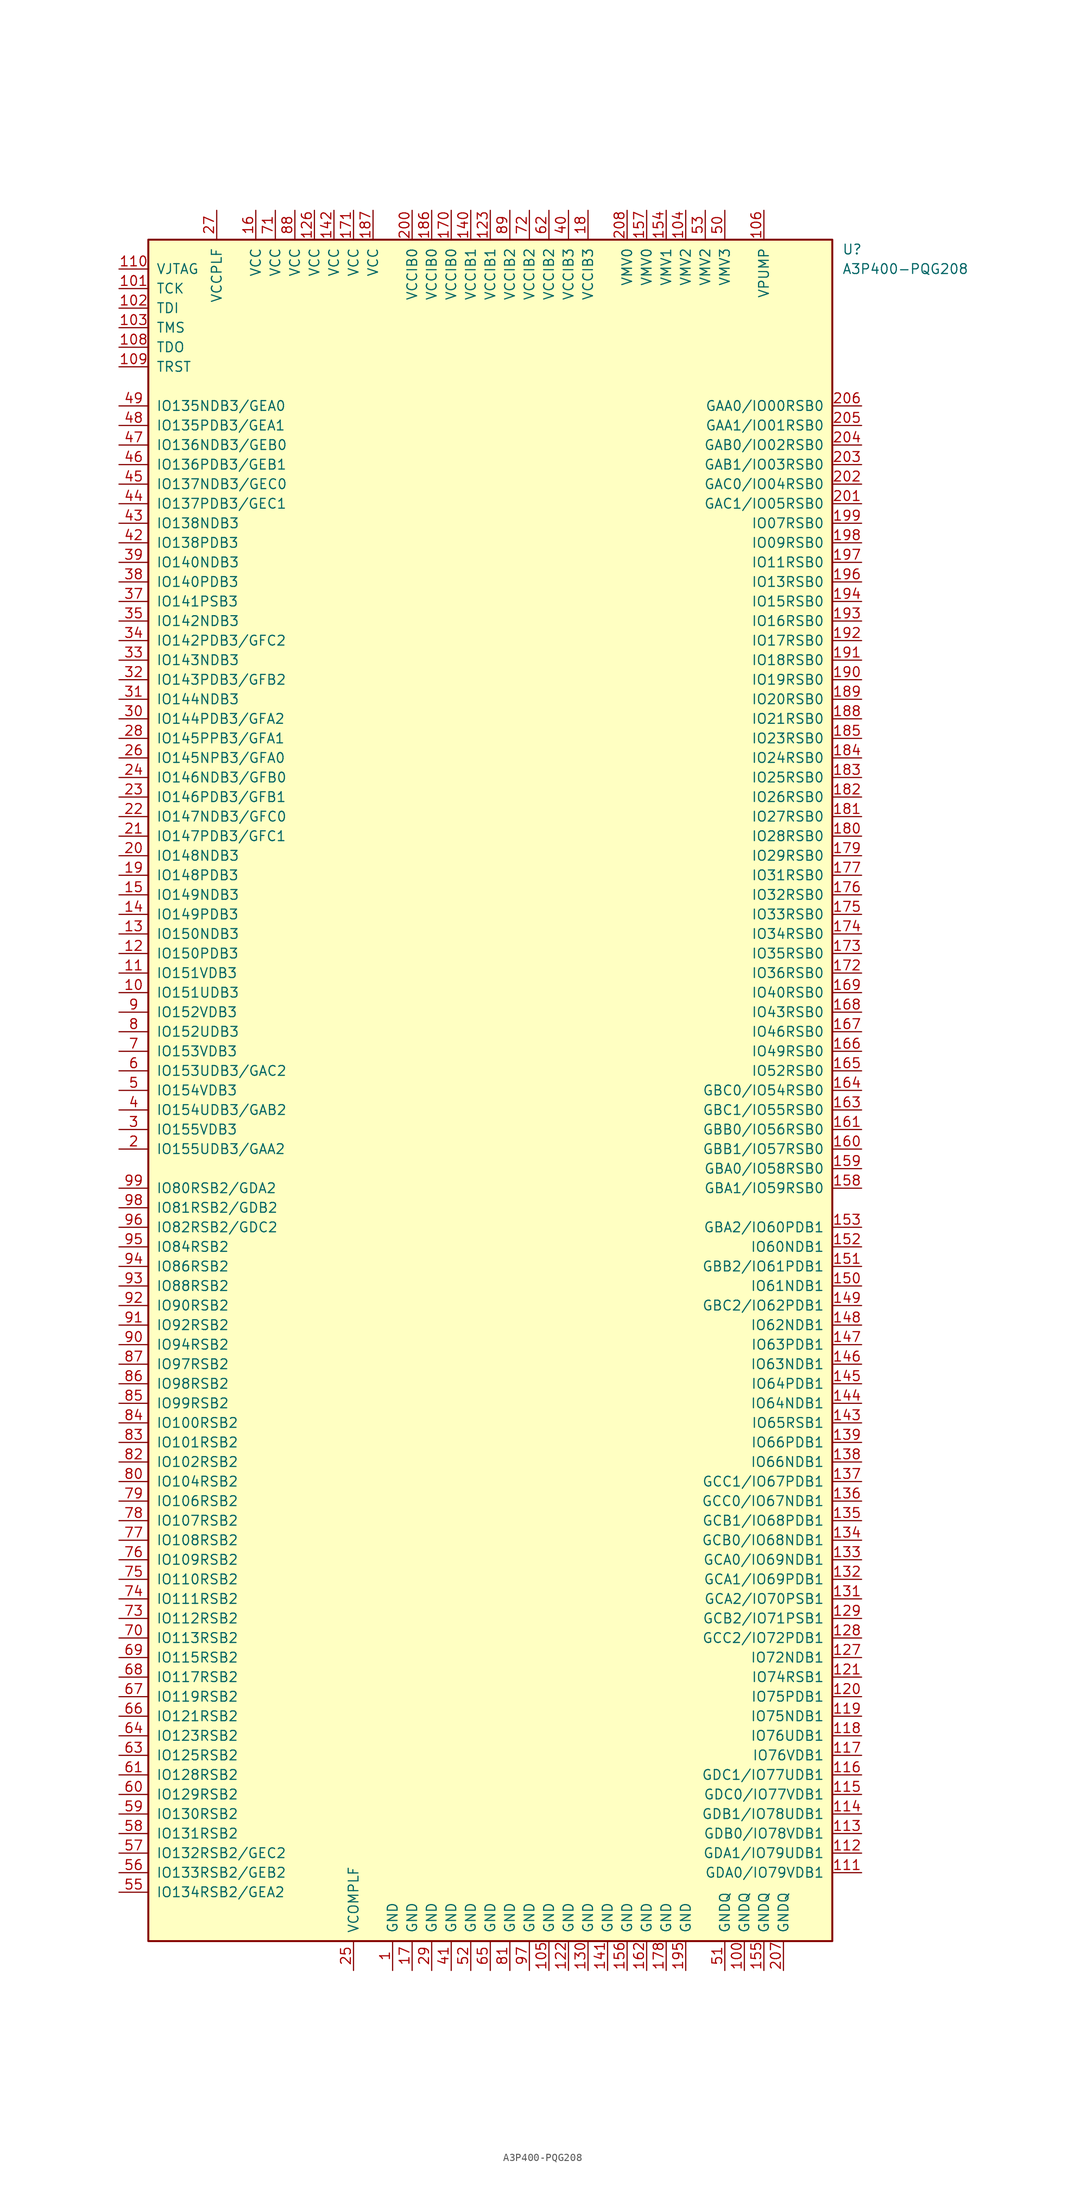
<source format=kicad_sym>
(kicad_symbol_lib
  (version 20201005)
  (generator kicad_symbol_editor)
  (symbol "FPGA_Microsemi:A3P400-PQG208"
    (pin_names
      (offset 1.016))
    (property "Reference" "U"
      (at 45.72 109.22 0)
      (effects (font (size 1.27 1.27)) (justify left)))
    (property "Value" "A3P400-PQG208"
      (at 45.72 106.68 0)
      (effects (font (size 1.27 1.27)) (justify left)))
    (symbol "A3P400-PQG208_1_0"
      (rectangle (start -44.45 -110.49) (end 44.45 110.49) (stroke (width 0.254)) (fill (type background))))
    (symbol "A3P400-PQG208_1_1"
      (pin power_in line (at -12.7 -114.3 90) (length 3.81) (name "GND" (effects (font (size 1.27 1.27)))) (number "1" (effects (font (size 1.27 1.27)))))
      (pin bidirectional line (at -48.26 12.7 0) (length 3.81) (name "IO151UDB3" (effects (font (size 1.27 1.27)))) (number "10" (effects (font (size 1.27 1.27)))))
      (pin power_in line (at 33.02 -114.3 90) (length 3.81) (name "GNDQ" (effects (font (size 1.27 1.27)))) (number "100" (effects (font (size 1.27 1.27)))))
      (pin bidirectional line (at -48.26 104.14 0) (length 3.81) (name "TCK" (effects (font (size 1.27 1.27)))) (number "101" (effects (font (size 1.27 1.27)))))
      (pin bidirectional line (at -48.26 101.6 0) (length 3.81) (name "TDI" (effects (font (size 1.27 1.27)))) (number "102" (effects (font (size 1.27 1.27)))))
      (pin bidirectional line (at -48.26 99.06 0) (length 3.81) (name "TMS" (effects (font (size 1.27 1.27)))) (number "103" (effects (font (size 1.27 1.27)))))
      (pin power_in line (at 25.4 114.3 270) (length 3.81) (name "VMV2" (effects (font (size 1.27 1.27)))) (number "104" (effects (font (size 1.27 1.27)))))
      (pin power_in line (at 7.62 -114.3 90) (length 3.81) (name "GND" (effects (font (size 1.27 1.27)))) (number "105" (effects (font (size 1.27 1.27)))))
      (pin power_in line (at 35.56 114.3 270) (length 3.81) (name "VPUMP" (effects (font (size 1.27 1.27)))) (number "106" (effects (font (size 1.27 1.27)))))
      (pin bidirectional line (at -48.26 96.52 0) (length 3.81) (name "TDO" (effects (font (size 1.27 1.27)))) (number "108" (effects (font (size 1.27 1.27)))))
      (pin bidirectional line (at -48.26 93.98 0) (length 3.81) (name "TRST" (effects (font (size 1.27 1.27)))) (number "109" (effects (font (size 1.27 1.27)))))
      (pin bidirectional line (at -48.26 15.24 0) (length 3.81) (name "IO151VDB3" (effects (font (size 1.27 1.27)))) (number "11" (effects (font (size 1.27 1.27)))))
      (pin power_in line (at -48.26 106.68 0) (length 3.81) (name "VJTAG" (effects (font (size 1.27 1.27)))) (number "110" (effects (font (size 1.27 1.27)))))
      (pin bidirectional line (at 48.26 -101.6 180) (length 3.81) (name "GDA0/IO79VDB1" (effects (font (size 1.27 1.27)))) (number "111" (effects (font (size 1.27 1.27)))))
      (pin bidirectional line (at 48.26 -99.06 180) (length 3.81) (name "GDA1/IO79UDB1" (effects (font (size 1.27 1.27)))) (number "112" (effects (font (size 1.27 1.27)))))
      (pin bidirectional line (at 48.26 -96.52 180) (length 3.81) (name "GDB0/IO78VDB1" (effects (font (size 1.27 1.27)))) (number "113" (effects (font (size 1.27 1.27)))))
      (pin bidirectional line (at 48.26 -93.98 180) (length 3.81) (name "GDB1/IO78UDB1" (effects (font (size 1.27 1.27)))) (number "114" (effects (font (size 1.27 1.27)))))
      (pin bidirectional line (at 48.26 -91.44 180) (length 3.81) (name "GDC0/IO77VDB1" (effects (font (size 1.27 1.27)))) (number "115" (effects (font (size 1.27 1.27)))))
      (pin bidirectional line (at 48.26 -88.9 180) (length 3.81) (name "GDC1/IO77UDB1" (effects (font (size 1.27 1.27)))) (number "116" (effects (font (size 1.27 1.27)))))
      (pin bidirectional line (at 48.26 -86.36 180) (length 3.81) (name "IO76VDB1" (effects (font (size 1.27 1.27)))) (number "117" (effects (font (size 1.27 1.27)))))
      (pin bidirectional line (at 48.26 -83.82 180) (length 3.81) (name "IO76UDB1" (effects (font (size 1.27 1.27)))) (number "118" (effects (font (size 1.27 1.27)))))
      (pin bidirectional line (at 48.26 -81.28 180) (length 3.81) (name "IO75NDB1" (effects (font (size 1.27 1.27)))) (number "119" (effects (font (size 1.27 1.27)))))
      (pin bidirectional line (at -48.26 17.78 0) (length 3.81) (name "IO150PDB3" (effects (font (size 1.27 1.27)))) (number "12" (effects (font (size 1.27 1.27)))))
      (pin bidirectional line (at 48.26 -78.74 180) (length 3.81) (name "IO75PDB1" (effects (font (size 1.27 1.27)))) (number "120" (effects (font (size 1.27 1.27)))))
      (pin bidirectional line (at 48.26 -76.2 180) (length 3.81) (name "IO74RSB1" (effects (font (size 1.27 1.27)))) (number "121" (effects (font (size 1.27 1.27)))))
      (pin power_in line (at 10.16 -114.3 90) (length 3.81) (name "GND" (effects (font (size 1.27 1.27)))) (number "122" (effects (font (size 1.27 1.27)))))
      (pin power_in line (at 0 114.3 270) (length 3.81) (name "VCCIB1" (effects (font (size 1.27 1.27)))) (number "123" (effects (font (size 1.27 1.27)))))
      (pin power_in line (at -22.86 114.3 270) (length 3.81) (name "VCC" (effects (font (size 1.27 1.27)))) (number "126" (effects (font (size 1.27 1.27)))))
      (pin bidirectional line (at 48.26 -73.66 180) (length 3.81) (name "IO72NDB1" (effects (font (size 1.27 1.27)))) (number "127" (effects (font (size 1.27 1.27)))))
      (pin bidirectional line (at 48.26 -71.12 180) (length 3.81) (name "GCC2/IO72PDB1" (effects (font (size 1.27 1.27)))) (number "128" (effects (font (size 1.27 1.27)))))
      (pin bidirectional line (at 48.26 -68.58 180) (length 3.81) (name "GCB2/IO71PSB1" (effects (font (size 1.27 1.27)))) (number "129" (effects (font (size 1.27 1.27)))))
      (pin bidirectional line (at -48.26 20.32 0) (length 3.81) (name "IO150NDB3" (effects (font (size 1.27 1.27)))) (number "13" (effects (font (size 1.27 1.27)))))
      (pin power_in line (at 12.7 -114.3 90) (length 3.81) (name "GND" (effects (font (size 1.27 1.27)))) (number "130" (effects (font (size 1.27 1.27)))))
      (pin bidirectional line (at 48.26 -66.04 180) (length 3.81) (name "GCA2/IO70PSB1" (effects (font (size 1.27 1.27)))) (number "131" (effects (font (size 1.27 1.27)))))
      (pin bidirectional line (at 48.26 -63.5 180) (length 3.81) (name "GCA1/IO69PDB1" (effects (font (size 1.27 1.27)))) (number "132" (effects (font (size 1.27 1.27)))))
      (pin bidirectional line (at 48.26 -60.96 180) (length 3.81) (name "GCA0/IO69NDB1" (effects (font (size 1.27 1.27)))) (number "133" (effects (font (size 1.27 1.27)))))
      (pin bidirectional line (at 48.26 -58.42 180) (length 3.81) (name "GCB0/IO68NDB1" (effects (font (size 1.27 1.27)))) (number "134" (effects (font (size 1.27 1.27)))))
      (pin bidirectional line (at 48.26 -55.88 180) (length 3.81) (name "GCB1/IO68PDB1" (effects (font (size 1.27 1.27)))) (number "135" (effects (font (size 1.27 1.27)))))
      (pin bidirectional line (at 48.26 -53.34 180) (length 3.81) (name "GCC0/IO67NDB1" (effects (font (size 1.27 1.27)))) (number "136" (effects (font (size 1.27 1.27)))))
      (pin bidirectional line (at 48.26 -50.8 180) (length 3.81) (name "GCC1/IO67PDB1" (effects (font (size 1.27 1.27)))) (number "137" (effects (font (size 1.27 1.27)))))
      (pin bidirectional line (at 48.26 -48.26 180) (length 3.81) (name "IO66NDB1" (effects (font (size 1.27 1.27)))) (number "138" (effects (font (size 1.27 1.27)))))
      (pin bidirectional line (at 48.26 -45.72 180) (length 3.81) (name "IO66PDB1" (effects (font (size 1.27 1.27)))) (number "139" (effects (font (size 1.27 1.27)))))
      (pin bidirectional line (at -48.26 22.86 0) (length 3.81) (name "IO149PDB3" (effects (font (size 1.27 1.27)))) (number "14" (effects (font (size 1.27 1.27)))))
      (pin power_in line (at -2.54 114.3 270) (length 3.81) (name "VCCIB1" (effects (font (size 1.27 1.27)))) (number "140" (effects (font (size 1.27 1.27)))))
      (pin power_in line (at 15.24 -114.3 90) (length 3.81) (name "GND" (effects (font (size 1.27 1.27)))) (number "141" (effects (font (size 1.27 1.27)))))
      (pin power_in line (at -20.32 114.3 270) (length 3.81) (name "VCC" (effects (font (size 1.27 1.27)))) (number "142" (effects (font (size 1.27 1.27)))))
      (pin bidirectional line (at 48.26 -43.18 180) (length 3.81) (name "IO65RSB1" (effects (font (size 1.27 1.27)))) (number "143" (effects (font (size 1.27 1.27)))))
      (pin bidirectional line (at 48.26 -40.64 180) (length 3.81) (name "IO64NDB1" (effects (font (size 1.27 1.27)))) (number "144" (effects (font (size 1.27 1.27)))))
      (pin bidirectional line (at 48.26 -38.1 180) (length 3.81) (name "IO64PDB1" (effects (font (size 1.27 1.27)))) (number "145" (effects (font (size 1.27 1.27)))))
      (pin bidirectional line (at 48.26 -35.56 180) (length 3.81) (name "IO63NDB1" (effects (font (size 1.27 1.27)))) (number "146" (effects (font (size 1.27 1.27)))))
      (pin bidirectional line (at 48.26 -33.02 180) (length 3.81) (name "IO63PDB1" (effects (font (size 1.27 1.27)))) (number "147" (effects (font (size 1.27 1.27)))))
      (pin bidirectional line (at 48.26 -30.48 180) (length 3.81) (name "IO62NDB1" (effects (font (size 1.27 1.27)))) (number "148" (effects (font (size 1.27 1.27)))))
      (pin bidirectional line (at 48.26 -27.94 180) (length 3.81) (name "GBC2/IO62PDB1" (effects (font (size 1.27 1.27)))) (number "149" (effects (font (size 1.27 1.27)))))
      (pin bidirectional line (at -48.26 25.4 0) (length 3.81) (name "IO149NDB3" (effects (font (size 1.27 1.27)))) (number "15" (effects (font (size 1.27 1.27)))))
      (pin bidirectional line (at 48.26 -25.4 180) (length 3.81) (name "IO61NDB1" (effects (font (size 1.27 1.27)))) (number "150" (effects (font (size 1.27 1.27)))))
      (pin bidirectional line (at 48.26 -22.86 180) (length 3.81) (name "GBB2/IO61PDB1" (effects (font (size 1.27 1.27)))) (number "151" (effects (font (size 1.27 1.27)))))
      (pin bidirectional line (at 48.26 -20.32 180) (length 3.81) (name "IO60NDB1" (effects (font (size 1.27 1.27)))) (number "152" (effects (font (size 1.27 1.27)))))
      (pin bidirectional line (at 48.26 -17.78 180) (length 3.81) (name "GBA2/IO60PDB1" (effects (font (size 1.27 1.27)))) (number "153" (effects (font (size 1.27 1.27)))))
      (pin power_in line (at 22.86 114.3 270) (length 3.81) (name "VMV1" (effects (font (size 1.27 1.27)))) (number "154" (effects (font (size 1.27 1.27)))))
      (pin power_in line (at 35.56 -114.3 90) (length 3.81) (name "GNDQ" (effects (font (size 1.27 1.27)))) (number "155" (effects (font (size 1.27 1.27)))))
      (pin power_in line (at 17.78 -114.3 90) (length 3.81) (name "GND" (effects (font (size 1.27 1.27)))) (number "156" (effects (font (size 1.27 1.27)))))
      (pin power_in line (at 20.32 114.3 270) (length 3.81) (name "VMV0" (effects (font (size 1.27 1.27)))) (number "157" (effects (font (size 1.27 1.27)))))
      (pin bidirectional line (at 48.26 -12.7 180) (length 3.81) (name "GBA1/IO59RSB0" (effects (font (size 1.27 1.27)))) (number "158" (effects (font (size 1.27 1.27)))))
      (pin bidirectional line (at 48.26 -10.16 180) (length 3.81) (name "GBA0/IO58RSB0" (effects (font (size 1.27 1.27)))) (number "159" (effects (font (size 1.27 1.27)))))
      (pin power_in line (at -30.48 114.3 270) (length 3.81) (name "VCC" (effects (font (size 1.27 1.27)))) (number "16" (effects (font (size 1.27 1.27)))))
      (pin bidirectional line (at 48.26 -7.62 180) (length 3.81) (name "GBB1/IO57RSB0" (effects (font (size 1.27 1.27)))) (number "160" (effects (font (size 1.27 1.27)))))
      (pin bidirectional line (at 48.26 -5.08 180) (length 3.81) (name "GBB0/IO56RSB0" (effects (font (size 1.27 1.27)))) (number "161" (effects (font (size 1.27 1.27)))))
      (pin power_in line (at 20.32 -114.3 90) (length 3.81) (name "GND" (effects (font (size 1.27 1.27)))) (number "162" (effects (font (size 1.27 1.27)))))
      (pin bidirectional line (at 48.26 -2.54 180) (length 3.81) (name "GBC1/IO55RSB0" (effects (font (size 1.27 1.27)))) (number "163" (effects (font (size 1.27 1.27)))))
      (pin bidirectional line (at 48.26 0 180) (length 3.81) (name "GBC0/IO54RSB0" (effects (font (size 1.27 1.27)))) (number "164" (effects (font (size 1.27 1.27)))))
      (pin bidirectional line (at 48.26 2.54 180) (length 3.81) (name "IO52RSB0" (effects (font (size 1.27 1.27)))) (number "165" (effects (font (size 1.27 1.27)))))
      (pin bidirectional line (at 48.26 5.08 180) (length 3.81) (name "IO49RSB0" (effects (font (size 1.27 1.27)))) (number "166" (effects (font (size 1.27 1.27)))))
      (pin bidirectional line (at 48.26 7.62 180) (length 3.81) (name "IO46RSB0" (effects (font (size 1.27 1.27)))) (number "167" (effects (font (size 1.27 1.27)))))
      (pin bidirectional line (at 48.26 10.16 180) (length 3.81) (name "IO43RSB0" (effects (font (size 1.27 1.27)))) (number "168" (effects (font (size 1.27 1.27)))))
      (pin bidirectional line (at 48.26 12.7 180) (length 3.81) (name "IO40RSB0" (effects (font (size 1.27 1.27)))) (number "169" (effects (font (size 1.27 1.27)))))
      (pin power_in line (at -10.16 -114.3 90) (length 3.81) (name "GND" (effects (font (size 1.27 1.27)))) (number "17" (effects (font (size 1.27 1.27)))))
      (pin power_in line (at -5.08 114.3 270) (length 3.81) (name "VCCIB0" (effects (font (size 1.27 1.27)))) (number "170" (effects (font (size 1.27 1.27)))))
      (pin power_in line (at -17.78 114.3 270) (length 3.81) (name "VCC" (effects (font (size 1.27 1.27)))) (number "171" (effects (font (size 1.27 1.27)))))
      (pin bidirectional line (at 48.26 15.24 180) (length 3.81) (name "IO36RSB0" (effects (font (size 1.27 1.27)))) (number "172" (effects (font (size 1.27 1.27)))))
      (pin bidirectional line (at 48.26 17.78 180) (length 3.81) (name "IO35RSB0" (effects (font (size 1.27 1.27)))) (number "173" (effects (font (size 1.27 1.27)))))
      (pin bidirectional line (at 48.26 20.32 180) (length 3.81) (name "IO34RSB0" (effects (font (size 1.27 1.27)))) (number "174" (effects (font (size 1.27 1.27)))))
      (pin bidirectional line (at 48.26 22.86 180) (length 3.81) (name "IO33RSB0" (effects (font (size 1.27 1.27)))) (number "175" (effects (font (size 1.27 1.27)))))
      (pin bidirectional line (at 48.26 25.4 180) (length 3.81) (name "IO32RSB0" (effects (font (size 1.27 1.27)))) (number "176" (effects (font (size 1.27 1.27)))))
      (pin bidirectional line (at 48.26 27.94 180) (length 3.81) (name "IO31RSB0" (effects (font (size 1.27 1.27)))) (number "177" (effects (font (size 1.27 1.27)))))
      (pin power_in line (at 22.86 -114.3 90) (length 3.81) (name "GND" (effects (font (size 1.27 1.27)))) (number "178" (effects (font (size 1.27 1.27)))))
      (pin bidirectional line (at 48.26 30.48 180) (length 3.81) (name "IO29RSB0" (effects (font (size 1.27 1.27)))) (number "179" (effects (font (size 1.27 1.27)))))
      (pin power_in line (at 12.7 114.3 270) (length 3.81) (name "VCCIB3" (effects (font (size 1.27 1.27)))) (number "18" (effects (font (size 1.27 1.27)))))
      (pin bidirectional line (at 48.26 33.02 180) (length 3.81) (name "IO28RSB0" (effects (font (size 1.27 1.27)))) (number "180" (effects (font (size 1.27 1.27)))))
      (pin bidirectional line (at 48.26 35.56 180) (length 3.81) (name "IO27RSB0" (effects (font (size 1.27 1.27)))) (number "181" (effects (font (size 1.27 1.27)))))
      (pin bidirectional line (at 48.26 38.1 180) (length 3.81) (name "IO26RSB0" (effects (font (size 1.27 1.27)))) (number "182" (effects (font (size 1.27 1.27)))))
      (pin bidirectional line (at 48.26 40.64 180) (length 3.81) (name "IO25RSB0" (effects (font (size 1.27 1.27)))) (number "183" (effects (font (size 1.27 1.27)))))
      (pin bidirectional line (at 48.26 43.18 180) (length 3.81) (name "IO24RSB0" (effects (font (size 1.27 1.27)))) (number "184" (effects (font (size 1.27 1.27)))))
      (pin bidirectional line (at 48.26 45.72 180) (length 3.81) (name "IO23RSB0" (effects (font (size 1.27 1.27)))) (number "185" (effects (font (size 1.27 1.27)))))
      (pin power_in line (at -7.62 114.3 270) (length 3.81) (name "VCCIB0" (effects (font (size 1.27 1.27)))) (number "186" (effects (font (size 1.27 1.27)))))
      (pin power_in line (at -15.24 114.3 270) (length 3.81) (name "VCC" (effects (font (size 1.27 1.27)))) (number "187" (effects (font (size 1.27 1.27)))))
      (pin bidirectional line (at 48.26 48.26 180) (length 3.81) (name "IO21RSB0" (effects (font (size 1.27 1.27)))) (number "188" (effects (font (size 1.27 1.27)))))
      (pin bidirectional line (at 48.26 50.8 180) (length 3.81) (name "IO20RSB0" (effects (font (size 1.27 1.27)))) (number "189" (effects (font (size 1.27 1.27)))))
      (pin bidirectional line (at -48.26 27.94 0) (length 3.81) (name "IO148PDB3" (effects (font (size 1.27 1.27)))) (number "19" (effects (font (size 1.27 1.27)))))
      (pin bidirectional line (at 48.26 53.34 180) (length 3.81) (name "IO19RSB0" (effects (font (size 1.27 1.27)))) (number "190" (effects (font (size 1.27 1.27)))))
      (pin bidirectional line (at 48.26 55.88 180) (length 3.81) (name "IO18RSB0" (effects (font (size 1.27 1.27)))) (number "191" (effects (font (size 1.27 1.27)))))
      (pin bidirectional line (at 48.26 58.42 180) (length 3.81) (name "IO17RSB0" (effects (font (size 1.27 1.27)))) (number "192" (effects (font (size 1.27 1.27)))))
      (pin bidirectional line (at 48.26 60.96 180) (length 3.81) (name "IO16RSB0" (effects (font (size 1.27 1.27)))) (number "193" (effects (font (size 1.27 1.27)))))
      (pin bidirectional line (at 48.26 63.5 180) (length 3.81) (name "IO15RSB0" (effects (font (size 1.27 1.27)))) (number "194" (effects (font (size 1.27 1.27)))))
      (pin power_in line (at 25.4 -114.3 90) (length 3.81) (name "GND" (effects (font (size 1.27 1.27)))) (number "195" (effects (font (size 1.27 1.27)))))
      (pin bidirectional line (at 48.26 66.04 180) (length 3.81) (name "IO13RSB0" (effects (font (size 1.27 1.27)))) (number "196" (effects (font (size 1.27 1.27)))))
      (pin bidirectional line (at 48.26 68.58 180) (length 3.81) (name "IO11RSB0" (effects (font (size 1.27 1.27)))) (number "197" (effects (font (size 1.27 1.27)))))
      (pin bidirectional line (at 48.26 71.12 180) (length 3.81) (name "IO09RSB0" (effects (font (size 1.27 1.27)))) (number "198" (effects (font (size 1.27 1.27)))))
      (pin bidirectional line (at 48.26 73.66 180) (length 3.81) (name "IO07RSB0" (effects (font (size 1.27 1.27)))) (number "199" (effects (font (size 1.27 1.27)))))
      (pin bidirectional line (at -48.26 -7.62 0) (length 3.81) (name "IO155UDB3/GAA2" (effects (font (size 1.27 1.27)))) (number "2" (effects (font (size 1.27 1.27)))))
      (pin bidirectional line (at -48.26 30.48 0) (length 3.81) (name "IO148NDB3" (effects (font (size 1.27 1.27)))) (number "20" (effects (font (size 1.27 1.27)))))
      (pin power_in line (at -10.16 114.3 270) (length 3.81) (name "VCCIB0" (effects (font (size 1.27 1.27)))) (number "200" (effects (font (size 1.27 1.27)))))
      (pin bidirectional line (at 48.26 76.2 180) (length 3.81) (name "GAC1/IO05RSB0" (effects (font (size 1.27 1.27)))) (number "201" (effects (font (size 1.27 1.27)))))
      (pin bidirectional line (at 48.26 78.74 180) (length 3.81) (name "GAC0/IO04RSB0" (effects (font (size 1.27 1.27)))) (number "202" (effects (font (size 1.27 1.27)))))
      (pin bidirectional line (at 48.26 81.28 180) (length 3.81) (name "GAB1/IO03RSB0" (effects (font (size 1.27 1.27)))) (number "203" (effects (font (size 1.27 1.27)))))
      (pin bidirectional line (at 48.26 83.82 180) (length 3.81) (name "GAB0/IO02RSB0" (effects (font (size 1.27 1.27)))) (number "204" (effects (font (size 1.27 1.27)))))
      (pin bidirectional line (at 48.26 86.36 180) (length 3.81) (name "GAA1/IO01RSB0" (effects (font (size 1.27 1.27)))) (number "205" (effects (font (size 1.27 1.27)))))
      (pin bidirectional line (at 48.26 88.9 180) (length 3.81) (name "GAA0/IO00RSB0" (effects (font (size 1.27 1.27)))) (number "206" (effects (font (size 1.27 1.27)))))
      (pin power_in line (at 38.1 -114.3 90) (length 3.81) (name "GNDQ" (effects (font (size 1.27 1.27)))) (number "207" (effects (font (size 1.27 1.27)))))
      (pin power_in line (at 17.78 114.3 270) (length 3.81) (name "VMV0" (effects (font (size 1.27 1.27)))) (number "208" (effects (font (size 1.27 1.27)))))
      (pin bidirectional line (at -48.26 33.02 0) (length 3.81) (name "IO147PDB3/GFC1" (effects (font (size 1.27 1.27)))) (number "21" (effects (font (size 1.27 1.27)))))
      (pin bidirectional line (at -48.26 35.56 0) (length 3.81) (name "IO147NDB3/GFC0" (effects (font (size 1.27 1.27)))) (number "22" (effects (font (size 1.27 1.27)))))
      (pin bidirectional line (at -48.26 38.1 0) (length 3.81) (name "IO146PDB3/GFB1" (effects (font (size 1.27 1.27)))) (number "23" (effects (font (size 1.27 1.27)))))
      (pin bidirectional line (at -48.26 40.64 0) (length 3.81) (name "IO146NDB3/GFB0" (effects (font (size 1.27 1.27)))) (number "24" (effects (font (size 1.27 1.27)))))
      (pin power_in line (at -17.78 -114.3 90) (length 3.81) (name "VCOMPLF" (effects (font (size 1.27 1.27)))) (number "25" (effects (font (size 1.27 1.27)))))
      (pin bidirectional line (at -48.26 43.18 0) (length 3.81) (name "IO145NPB3/GFA0" (effects (font (size 1.27 1.27)))) (number "26" (effects (font (size 1.27 1.27)))))
      (pin power_in line (at -35.56 114.3 270) (length 3.81) (name "VCCPLF" (effects (font (size 1.27 1.27)))) (number "27" (effects (font (size 1.27 1.27)))))
      (pin bidirectional line (at -48.26 45.72 0) (length 3.81) (name "IO145PPB3/GFA1" (effects (font (size 1.27 1.27)))) (number "28" (effects (font (size 1.27 1.27)))))
      (pin power_in line (at -7.62 -114.3 90) (length 3.81) (name "GND" (effects (font (size 1.27 1.27)))) (number "29" (effects (font (size 1.27 1.27)))))
      (pin bidirectional line (at -48.26 -5.08 0) (length 3.81) (name "IO155VDB3" (effects (font (size 1.27 1.27)))) (number "3" (effects (font (size 1.27 1.27)))))
      (pin bidirectional line (at -48.26 48.26 0) (length 3.81) (name "IO144PDB3/GFA2" (effects (font (size 1.27 1.27)))) (number "30" (effects (font (size 1.27 1.27)))))
      (pin bidirectional line (at -48.26 50.8 0) (length 3.81) (name "IO144NDB3" (effects (font (size 1.27 1.27)))) (number "31" (effects (font (size 1.27 1.27)))))
      (pin bidirectional line (at -48.26 53.34 0) (length 3.81) (name "IO143PDB3/GFB2" (effects (font (size 1.27 1.27)))) (number "32" (effects (font (size 1.27 1.27)))))
      (pin bidirectional line (at -48.26 55.88 0) (length 3.81) (name "IO143NDB3" (effects (font (size 1.27 1.27)))) (number "33" (effects (font (size 1.27 1.27)))))
      (pin bidirectional line (at -48.26 58.42 0) (length 3.81) (name "IO142PDB3/GFC2" (effects (font (size 1.27 1.27)))) (number "34" (effects (font (size 1.27 1.27)))))
      (pin bidirectional line (at -48.26 60.96 0) (length 3.81) (name "IO142NDB3" (effects (font (size 1.27 1.27)))) (number "35" (effects (font (size 1.27 1.27)))))
      (pin bidirectional line (at -48.26 63.5 0) (length 3.81) (name "IO141PSB3" (effects (font (size 1.27 1.27)))) (number "37" (effects (font (size 1.27 1.27)))))
      (pin bidirectional line (at -48.26 66.04 0) (length 3.81) (name "IO140PDB3" (effects (font (size 1.27 1.27)))) (number "38" (effects (font (size 1.27 1.27)))))
      (pin bidirectional line (at -48.26 68.58 0) (length 3.81) (name "IO140NDB3" (effects (font (size 1.27 1.27)))) (number "39" (effects (font (size 1.27 1.27)))))
      (pin bidirectional line (at -48.26 -2.54 0) (length 3.81) (name "IO154UDB3/GAB2" (effects (font (size 1.27 1.27)))) (number "4" (effects (font (size 1.27 1.27)))))
      (pin power_in line (at 10.16 114.3 270) (length 3.81) (name "VCCIB3" (effects (font (size 1.27 1.27)))) (number "40" (effects (font (size 1.27 1.27)))))
      (pin power_in line (at -5.08 -114.3 90) (length 3.81) (name "GND" (effects (font (size 1.27 1.27)))) (number "41" (effects (font (size 1.27 1.27)))))
      (pin bidirectional line (at -48.26 71.12 0) (length 3.81) (name "IO138PDB3" (effects (font (size 1.27 1.27)))) (number "42" (effects (font (size 1.27 1.27)))))
      (pin bidirectional line (at -48.26 73.66 0) (length 3.81) (name "IO138NDB3" (effects (font (size 1.27 1.27)))) (number "43" (effects (font (size 1.27 1.27)))))
      (pin bidirectional line (at -48.26 76.2 0) (length 3.81) (name "IO137PDB3/GEC1" (effects (font (size 1.27 1.27)))) (number "44" (effects (font (size 1.27 1.27)))))
      (pin bidirectional line (at -48.26 78.74 0) (length 3.81) (name "IO137NDB3/GEC0" (effects (font (size 1.27 1.27)))) (number "45" (effects (font (size 1.27 1.27)))))
      (pin bidirectional line (at -48.26 81.28 0) (length 3.81) (name "IO136PDB3/GEB1" (effects (font (size 1.27 1.27)))) (number "46" (effects (font (size 1.27 1.27)))))
      (pin bidirectional line (at -48.26 83.82 0) (length 3.81) (name "IO136NDB3/GEB0" (effects (font (size 1.27 1.27)))) (number "47" (effects (font (size 1.27 1.27)))))
      (pin bidirectional line (at -48.26 86.36 0) (length 3.81) (name "IO135PDB3/GEA1" (effects (font (size 1.27 1.27)))) (number "48" (effects (font (size 1.27 1.27)))))
      (pin bidirectional line (at -48.26 88.9 0) (length 3.81) (name "IO135NDB3/GEA0" (effects (font (size 1.27 1.27)))) (number "49" (effects (font (size 1.27 1.27)))))
      (pin bidirectional line (at -48.26 0 0) (length 3.81) (name "IO154VDB3" (effects (font (size 1.27 1.27)))) (number "5" (effects (font (size 1.27 1.27)))))
      (pin power_in line (at 30.48 114.3 270) (length 3.81) (name "VMV3" (effects (font (size 1.27 1.27)))) (number "50" (effects (font (size 1.27 1.27)))))
      (pin power_in line (at 30.48 -114.3 90) (length 3.81) (name "GNDQ" (effects (font (size 1.27 1.27)))) (number "51" (effects (font (size 1.27 1.27)))))
      (pin power_in line (at -2.54 -114.3 90) (length 3.81) (name "GND" (effects (font (size 1.27 1.27)))) (number "52" (effects (font (size 1.27 1.27)))))
      (pin power_in line (at 27.94 114.3 270) (length 3.81) (name "VMV2" (effects (font (size 1.27 1.27)))) (number "53" (effects (font (size 1.27 1.27)))))
      (pin bidirectional line (at -48.26 -104.14 0) (length 3.81) (name "IO134RSB2/GEA2" (effects (font (size 1.27 1.27)))) (number "55" (effects (font (size 1.27 1.27)))))
      (pin bidirectional line (at -48.26 -101.6 0) (length 3.81) (name "IO133RSB2/GEB2" (effects (font (size 1.27 1.27)))) (number "56" (effects (font (size 1.27 1.27)))))
      (pin bidirectional line (at -48.26 -99.06 0) (length 3.81) (name "IO132RSB2/GEC2" (effects (font (size 1.27 1.27)))) (number "57" (effects (font (size 1.27 1.27)))))
      (pin bidirectional line (at -48.26 -96.52 0) (length 3.81) (name "IO131RSB2" (effects (font (size 1.27 1.27)))) (number "58" (effects (font (size 1.27 1.27)))))
      (pin bidirectional line (at -48.26 -93.98 0) (length 3.81) (name "IO130RSB2" (effects (font (size 1.27 1.27)))) (number "59" (effects (font (size 1.27 1.27)))))
      (pin bidirectional line (at -48.26 2.54 0) (length 3.81) (name "IO153UDB3/GAC2" (effects (font (size 1.27 1.27)))) (number "6" (effects (font (size 1.27 1.27)))))
      (pin bidirectional line (at -48.26 -91.44 0) (length 3.81) (name "IO129RSB2" (effects (font (size 1.27 1.27)))) (number "60" (effects (font (size 1.27 1.27)))))
      (pin bidirectional line (at -48.26 -88.9 0) (length 3.81) (name "IO128RSB2" (effects (font (size 1.27 1.27)))) (number "61" (effects (font (size 1.27 1.27)))))
      (pin power_in line (at 7.62 114.3 270) (length 3.81) (name "VCCIB2" (effects (font (size 1.27 1.27)))) (number "62" (effects (font (size 1.27 1.27)))))
      (pin bidirectional line (at -48.26 -86.36 0) (length 3.81) (name "IO125RSB2" (effects (font (size 1.27 1.27)))) (number "63" (effects (font (size 1.27 1.27)))))
      (pin bidirectional line (at -48.26 -83.82 0) (length 3.81) (name "IO123RSB2" (effects (font (size 1.27 1.27)))) (number "64" (effects (font (size 1.27 1.27)))))
      (pin power_in line (at 0 -114.3 90) (length 3.81) (name "GND" (effects (font (size 1.27 1.27)))) (number "65" (effects (font (size 1.27 1.27)))))
      (pin bidirectional line (at -48.26 -81.28 0) (length 3.81) (name "IO121RSB2" (effects (font (size 1.27 1.27)))) (number "66" (effects (font (size 1.27 1.27)))))
      (pin bidirectional line (at -48.26 -78.74 0) (length 3.81) (name "IO119RSB2" (effects (font (size 1.27 1.27)))) (number "67" (effects (font (size 1.27 1.27)))))
      (pin bidirectional line (at -48.26 -76.2 0) (length 3.81) (name "IO117RSB2" (effects (font (size 1.27 1.27)))) (number "68" (effects (font (size 1.27 1.27)))))
      (pin bidirectional line (at -48.26 -73.66 0) (length 3.81) (name "IO115RSB2" (effects (font (size 1.27 1.27)))) (number "69" (effects (font (size 1.27 1.27)))))
      (pin bidirectional line (at -48.26 5.08 0) (length 3.81) (name "IO153VDB3" (effects (font (size 1.27 1.27)))) (number "7" (effects (font (size 1.27 1.27)))))
      (pin bidirectional line (at -48.26 -71.12 0) (length 3.81) (name "IO113RSB2" (effects (font (size 1.27 1.27)))) (number "70" (effects (font (size 1.27 1.27)))))
      (pin power_in line (at -27.94 114.3 270) (length 3.81) (name "VCC" (effects (font (size 1.27 1.27)))) (number "71" (effects (font (size 1.27 1.27)))))
      (pin power_in line (at 5.08 114.3 270) (length 3.81) (name "VCCIB2" (effects (font (size 1.27 1.27)))) (number "72" (effects (font (size 1.27 1.27)))))
      (pin bidirectional line (at -48.26 -68.58 0) (length 3.81) (name "IO112RSB2" (effects (font (size 1.27 1.27)))) (number "73" (effects (font (size 1.27 1.27)))))
      (pin bidirectional line (at -48.26 -66.04 0) (length 3.81) (name "IO111RSB2" (effects (font (size 1.27 1.27)))) (number "74" (effects (font (size 1.27 1.27)))))
      (pin bidirectional line (at -48.26 -63.5 0) (length 3.81) (name "IO110RSB2" (effects (font (size 1.27 1.27)))) (number "75" (effects (font (size 1.27 1.27)))))
      (pin bidirectional line (at -48.26 -60.96 0) (length 3.81) (name "IO109RSB2" (effects (font (size 1.27 1.27)))) (number "76" (effects (font (size 1.27 1.27)))))
      (pin bidirectional line (at -48.26 -58.42 0) (length 3.81) (name "IO108RSB2" (effects (font (size 1.27 1.27)))) (number "77" (effects (font (size 1.27 1.27)))))
      (pin bidirectional line (at -48.26 -55.88 0) (length 3.81) (name "IO107RSB2" (effects (font (size 1.27 1.27)))) (number "78" (effects (font (size 1.27 1.27)))))
      (pin bidirectional line (at -48.26 -53.34 0) (length 3.81) (name "IO106RSB2" (effects (font (size 1.27 1.27)))) (number "79" (effects (font (size 1.27 1.27)))))
      (pin bidirectional line (at -48.26 7.62 0) (length 3.81) (name "IO152UDB3" (effects (font (size 1.27 1.27)))) (number "8" (effects (font (size 1.27 1.27)))))
      (pin bidirectional line (at -48.26 -50.8 0) (length 3.81) (name "IO104RSB2" (effects (font (size 1.27 1.27)))) (number "80" (effects (font (size 1.27 1.27)))))
      (pin power_in line (at 2.54 -114.3 90) (length 3.81) (name "GND" (effects (font (size 1.27 1.27)))) (number "81" (effects (font (size 1.27 1.27)))))
      (pin bidirectional line (at -48.26 -48.26 0) (length 3.81) (name "IO102RSB2" (effects (font (size 1.27 1.27)))) (number "82" (effects (font (size 1.27 1.27)))))
      (pin bidirectional line (at -48.26 -45.72 0) (length 3.81) (name "IO101RSB2" (effects (font (size 1.27 1.27)))) (number "83" (effects (font (size 1.27 1.27)))))
      (pin bidirectional line (at -48.26 -43.18 0) (length 3.81) (name "IO100RSB2" (effects (font (size 1.27 1.27)))) (number "84" (effects (font (size 1.27 1.27)))))
      (pin bidirectional line (at -48.26 -40.64 0) (length 3.81) (name "IO99RSB2" (effects (font (size 1.27 1.27)))) (number "85" (effects (font (size 1.27 1.27)))))
      (pin bidirectional line (at -48.26 -38.1 0) (length 3.81) (name "IO98RSB2" (effects (font (size 1.27 1.27)))) (number "86" (effects (font (size 1.27 1.27)))))
      (pin bidirectional line (at -48.26 -35.56 0) (length 3.81) (name "IO97RSB2" (effects (font (size 1.27 1.27)))) (number "87" (effects (font (size 1.27 1.27)))))
      (pin power_in line (at -25.4 114.3 270) (length 3.81) (name "VCC" (effects (font (size 1.27 1.27)))) (number "88" (effects (font (size 1.27 1.27)))))
      (pin power_in line (at 2.54 114.3 270) (length 3.81) (name "VCCIB2" (effects (font (size 1.27 1.27)))) (number "89" (effects (font (size 1.27 1.27)))))
      (pin bidirectional line (at -48.26 10.16 0) (length 3.81) (name "IO152VDB3" (effects (font (size 1.27 1.27)))) (number "9" (effects (font (size 1.27 1.27)))))
      (pin bidirectional line (at -48.26 -33.02 0) (length 3.81) (name "IO94RSB2" (effects (font (size 1.27 1.27)))) (number "90" (effects (font (size 1.27 1.27)))))
      (pin bidirectional line (at -48.26 -30.48 0) (length 3.81) (name "IO92RSB2" (effects (font (size 1.27 1.27)))) (number "91" (effects (font (size 1.27 1.27)))))
      (pin bidirectional line (at -48.26 -27.94 0) (length 3.81) (name "IO90RSB2" (effects (font (size 1.27 1.27)))) (number "92" (effects (font (size 1.27 1.27)))))
      (pin bidirectional line (at -48.26 -25.4 0) (length 3.81) (name "IO88RSB2" (effects (font (size 1.27 1.27)))) (number "93" (effects (font (size 1.27 1.27)))))
      (pin bidirectional line (at -48.26 -22.86 0) (length 3.81) (name "IO86RSB2" (effects (font (size 1.27 1.27)))) (number "94" (effects (font (size 1.27 1.27)))))
      (pin bidirectional line (at -48.26 -20.32 0) (length 3.81) (name "IO84RSB2" (effects (font (size 1.27 1.27)))) (number "95" (effects (font (size 1.27 1.27)))))
      (pin bidirectional line (at -48.26 -17.78 0) (length 3.81) (name "IO82RSB2/GDC2" (effects (font (size 1.27 1.27)))) (number "96" (effects (font (size 1.27 1.27)))))
      (pin power_in line (at 5.08 -114.3 90) (length 3.81) (name "GND" (effects (font (size 1.27 1.27)))) (number "97" (effects (font (size 1.27 1.27)))))
      (pin bidirectional line (at -48.26 -15.24 0) (length 3.81) (name "IO81RSB2/GDB2" (effects (font (size 1.27 1.27)))) (number "98" (effects (font (size 1.27 1.27)))))
      (pin bidirectional line (at -48.26 -12.7 0) (length 3.81) (name "IO80RSB2/GDA2" (effects (font (size 1.27 1.27)))) (number "99" (effects (font (size 1.27 1.27))))))))
</source>
